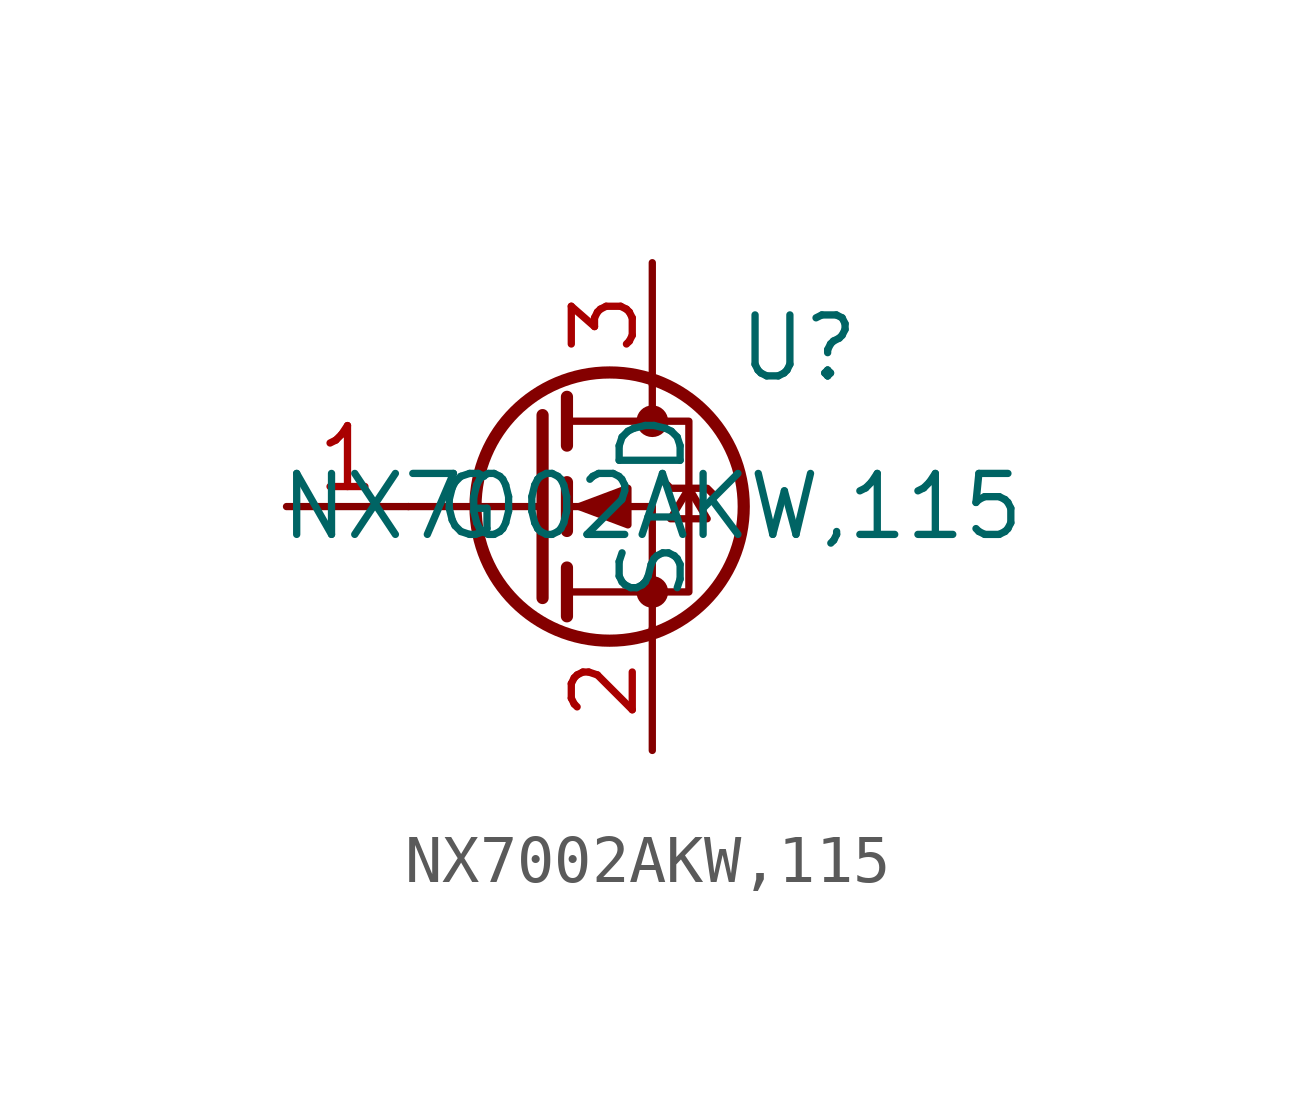
<source format=kicad_sym>
(kicad_symbol_lib
  (version 20231120)
  (generator "kicad_symbol_editor")
  (generator_version "8.0")
  (symbol "NX7002AKW,115"
    (property "Reference" "U"
      (at 3.048 3.302 0)
      (effects (font (size 1.27 1.27))))
    (property "Value" "NX7002AKW,115"
      (at 0 0 0)
      (effects (font (size 1.27 1.27))))
    (symbol "NX7002AKW,115_0_1"
      (circle (center -0.889 0) (radius 2.794) (stroke (width 0.254) (type default)) (fill (type none)))
      (circle (center 0 -1.778) (radius 0.254) (stroke (width 0) (type default)) (fill (type outline)))
      (polyline (pts (xy -2.286 0) (xy -5.08 0)) (stroke (width 0) (type default)) (fill (type none)))
      (polyline (pts (xy -2.286 1.905) (xy -2.286 -1.905)) (stroke (width 0.254) (type default)) (fill (type none)))
      (polyline (pts (xy -1.778 -1.27) (xy -1.778 -2.286)) (stroke (width 0.254) (type default)) (fill (type none)))
      (polyline (pts (xy -1.778 0.508) (xy -1.778 -0.508)) (stroke (width 0.254) (type default)) (fill (type none)))
      (polyline (pts (xy -1.778 2.286) (xy -1.778 1.27)) (stroke (width 0.254) (type default)) (fill (type none)))
      (polyline (pts (xy 0 2.54) (xy 0 1.778)) (stroke (width 0) (type default)) (fill (type none)))
      (polyline (pts (xy 0 -2.54) (xy 0 0) (xy -1.778 0)) (stroke (width 0) (type default)) (fill (type none)))
      (polyline (pts (xy -1.778 -1.778) (xy 0.762 -1.778) (xy 0.762 1.778) (xy -1.778 1.778)) (stroke (width 0) (type default)) (fill (type none)))
      (polyline (pts (xy -1.524 0) (xy -0.508 0.381) (xy -0.508 -0.381) (xy -1.524 0)) (stroke (width 0) (type default)) (fill (type outline)))
      (polyline (pts (xy 0.254 0.508) (xy 0.381 0.381) (xy 1.143 0.381) (xy 1.27 0.254)) (stroke (width 0) (type default)) (fill (type none)))
      (polyline (pts (xy 0.762 0.381) (xy 0.381 -0.254) (xy 1.143 -0.254) (xy 0.762 0.381)) (stroke (width 0) (type default)) (fill (type none)))
      (circle (center 0 1.778) (radius 0.254) (stroke (width 0) (type default)) (fill (type outline))))
    (symbol "NX7002AKW,115_1_1"
      (pin input line (at -7.62 0 0) (length 2.54) (name "G" (effects (font (size 1.27 1.27)))) (number "1" (effects (font (size 1.27 1.27)))))
      (pin passive line (at 0 -5.08 90) (length 2.54) (name "S" (effects (font (size 1.27 1.27)))) (number "2" (effects (font (size 1.27 1.27)))))
      (pin passive line (at 0 5.08 270) (length 2.54) (name "D" (effects (font (size 1.27 1.27)))) (number "3" (effects (font (size 1.27 1.27))))))))
</source>
